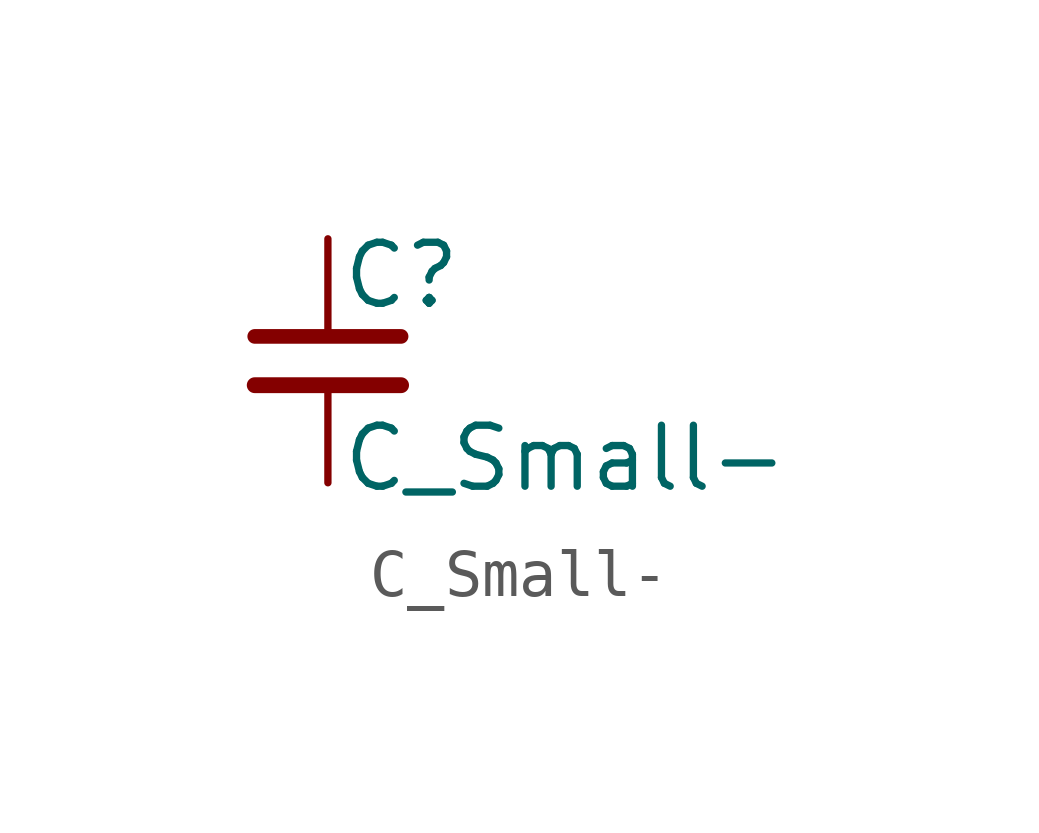
<source format=kicad_sym>
(kicad_symbol_lib
  (version 20220914)
  (generator kicad_symbol_editor)
  (symbol "C_Small-"
    (pin_numbers hide)
    (pin_names
      (offset 0.254) hide)
    (property "Reference" "C"
      (at 0.254 1.778 0)
      (effects (font (size 1.27 1.27)) (justify left)))
    (property "Value" "C_Small-"
      (at 0.254 -2.032 0)
      (effects (font (size 1.27 1.27)) (justify left)))
    (symbol "C_Small-_0_1"
      (polyline (pts (xy -1.524 -0.508) (xy 1.524 -0.508)) (stroke (width 0.33) (type solid)) (fill (type none)))
      (polyline (pts (xy -1.524 0.508) (xy 1.524 0.508)) (stroke (width 0.305) (type solid)) (fill (type none))))
    (symbol "C_Small-_1_1"
      (pin passive line (at 0 2.54 270) (length 2.032) (name "~" (effects (font (size 1.27 1.27)))) (number "1" (effects (font (size 1.27 1.27)))))
      (pin passive line (at 0 -2.54 90) (length 2.032) (name "~" (effects (font (size 1.27 1.27)))) (number "2" (effects (font (size 1.27 1.27))))))))
</source>
